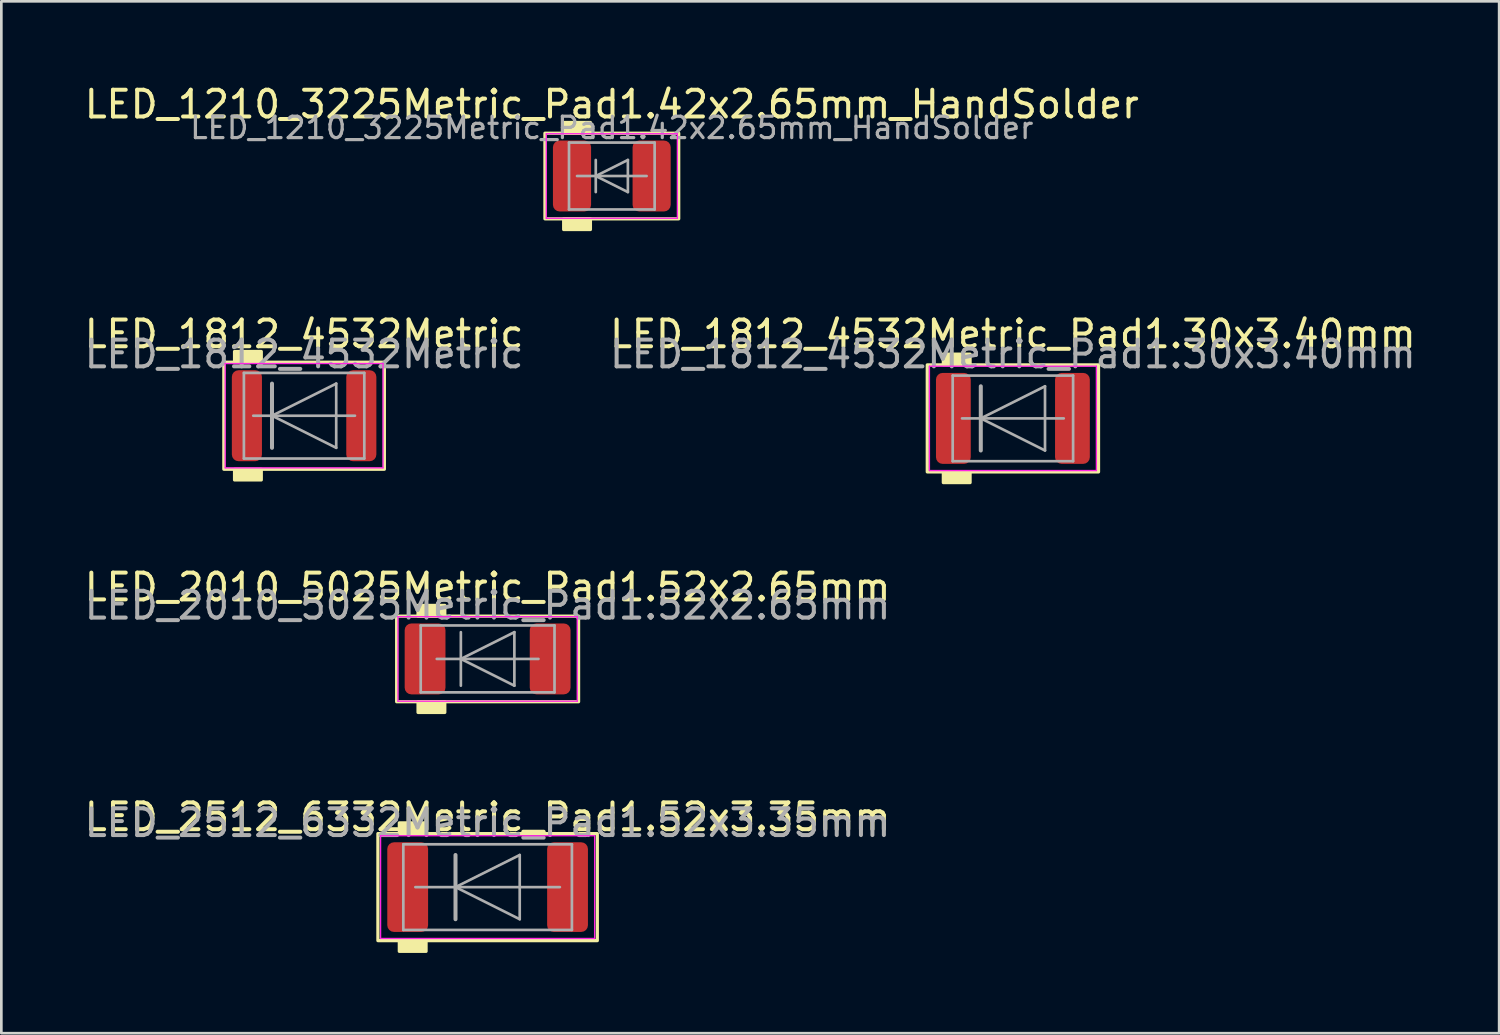
<source format=kicad_pcb>
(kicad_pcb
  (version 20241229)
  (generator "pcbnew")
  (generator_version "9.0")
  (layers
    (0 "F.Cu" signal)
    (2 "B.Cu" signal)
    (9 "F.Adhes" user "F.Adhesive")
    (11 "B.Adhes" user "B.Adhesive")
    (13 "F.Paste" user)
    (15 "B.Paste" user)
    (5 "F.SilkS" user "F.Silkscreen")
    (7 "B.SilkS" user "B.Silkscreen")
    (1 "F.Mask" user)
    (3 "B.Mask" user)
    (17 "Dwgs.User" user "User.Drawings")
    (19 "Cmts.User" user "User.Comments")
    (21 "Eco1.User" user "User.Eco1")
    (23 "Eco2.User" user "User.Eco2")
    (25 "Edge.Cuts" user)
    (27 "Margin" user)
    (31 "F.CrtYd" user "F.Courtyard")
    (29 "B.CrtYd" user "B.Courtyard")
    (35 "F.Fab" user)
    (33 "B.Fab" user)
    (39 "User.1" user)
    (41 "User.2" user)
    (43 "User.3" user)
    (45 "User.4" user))
  (footprint "LED_1812_4532Metric"
    (layer "F.Cu")
    (at 8.315 12.486)
    (property "Reference" "LED_1812_4532Metric" (at 0 -3.05 0) (layer "F.SilkS") (effects (font (size 1 1) (thickness 0.15))))
    (attr smd)
    (fp_rect (start -3 -2) (end 3 2) (stroke (width 0.12) (type solid)) (fill no) (layer "F.SilkS"))
    (fp_rect (start -2.6 -2.4) (end -1.6 -2) (stroke (width 0.12) (type solid)) (fill yes) (layer "F.SilkS"))
    (fp_rect (start -2.6 2) (end -1.6 2.4) (stroke (width 0.12) (type solid)) (fill yes) (layer "F.SilkS"))
    (fp_line (start -2.95 -1.95) (end 2.95 -1.95) (stroke (width 0.05) (type solid)) (layer "F.CrtYd"))
    (fp_line (start -2.95 1.95) (end -2.95 -1.95) (stroke (width 0.05) (type solid)) (layer "F.CrtYd"))
    (fp_line (start 2.95 -1.95) (end 2.95 1.95) (stroke (width 0.05) (type solid)) (layer "F.CrtYd"))
    (fp_line (start 2.95 1.95) (end -2.95 1.95) (stroke (width 0.05) (type solid)) (layer "F.CrtYd"))
    (fp_line (start -2.25 -1.6) (end -2.25 1.6) (stroke (width 0.1) (type solid)) (layer "F.Fab"))
    (fp_line (start -2.25 1.6) (end 2.25 1.6) (stroke (width 0.1) (type solid)) (layer "F.Fab"))
    (fp_line (start -1.9 0) (end 1.9 0) (stroke (width 0.1) (type default)) (layer "F.Fab"))
    (fp_line (start -1.2 -1.2) (end -1.2 1.2) (stroke (width 0.15) (type default)) (layer "F.Fab"))
    (fp_line (start -1.2 0) (end 1.2 -1.2) (stroke (width 0.1) (type default)) (layer "F.Fab"))
    (fp_line (start 1.2 -1.2) (end 1.2 1.2) (stroke (width 0.1) (type default)) (layer "F.Fab"))
    (fp_line (start 1.2 1.2) (end -1.2 0) (stroke (width 0.1) (type default)) (layer "F.Fab"))
    (fp_line (start 2.25 -1.6) (end -2.25 -1.6) (stroke (width 0.1) (type solid)) (layer "F.Fab"))
    (fp_line (start 2.25 1.6) (end 2.25 -1.6) (stroke (width 0.1) (type solid)) (layer "F.Fab"))
    (fp_text user "${REFERENCE}" (at 0 -2.3 0) (layer "F.Fab") (effects (font (size 1 1) (thickness 0.15))))
    (pad "1" smd roundrect (at -2.138 0) (size 1.125 3.4) (layers "F.Cu" "F.Mask" "F.Paste") (roundrect_rratio 0.222))
    (pad "2" smd roundrect (at 2.138 0) (size 1.125 3.4) (layers "F.Cu" "F.Mask" "F.Paste") (roundrect_rratio 0.222)))
  (footprint "LED_2010_5025Metric_Pad1.52x2.65mm"
    (layer "F.Cu")
    (at 15.173 21.575)
    (property "Reference" "LED_2010_5025Metric_Pad1.52x2.65mm" (at 0 -2.68 0) (layer "F.SilkS") (effects (font (size 1 1) (thickness 0.15))))
    (attr smd)
    (fp_rect (start -3.4 -1.6) (end 3.4 1.6) (stroke (width 0.12) (type solid)) (fill no) (layer "F.SilkS"))
    (fp_rect (start -2.6 -2) (end -1.6 -1.6) (stroke (width 0.12) (type solid)) (fill yes) (layer "F.SilkS"))
    (fp_rect (start -2.6 1.6) (end -1.6 2) (stroke (width 0.12) (type solid)) (fill yes) (layer "F.SilkS"))
    (fp_line (start -3.35 -1.58) (end 3.35 -1.58) (stroke (width 0.05) (type solid)) (layer "F.CrtYd"))
    (fp_line (start -3.35 1.58) (end -3.35 -1.58) (stroke (width 0.05) (type solid)) (layer "F.CrtYd"))
    (fp_line (start 3.35 -1.58) (end 3.35 1.58) (stroke (width 0.05) (type solid)) (layer "F.CrtYd"))
    (fp_line (start 3.35 1.58) (end -3.35 1.58) (stroke (width 0.05) (type solid)) (layer "F.CrtYd"))
    (fp_line (start -2.5 -1.25) (end -2.5 1.25) (stroke (width 0.1) (type solid)) (layer "F.Fab"))
    (fp_line (start -2.5 1.25) (end 2.5 1.25) (stroke (width 0.1) (type solid)) (layer "F.Fab"))
    (fp_line (start -1.9 0) (end 1.9 0) (stroke (width 0.1) (type default)) (layer "F.Fab"))
    (fp_line (start -1 -1) (end -1 1) (stroke (width 0.1) (type default)) (layer "F.Fab"))
    (fp_line (start -1 0) (end 1 -1) (stroke (width 0.1) (type default)) (layer "F.Fab"))
    (fp_line (start 1 -1) (end 1 1) (stroke (width 0.1) (type default)) (layer "F.Fab"))
    (fp_line (start 1 1) (end -1 0) (stroke (width 0.1) (type default)) (layer "F.Fab"))
    (fp_line (start 2.5 -1.25) (end -2.5 -1.25) (stroke (width 0.1) (type solid)) (layer "F.Fab"))
    (fp_line (start 2.5 1.25) (end 2.5 -1.25) (stroke (width 0.1) (type solid)) (layer "F.Fab"))
    (fp_text user "${REFERENCE}" (at 0 -2 0) (layer "F.Fab") (effects (font (size 1 1) (thickness 0.15))))
    (pad "1" smd roundrect (at -2.337 0) (size 1.525 2.65) (layers "F.Cu" "F.Mask" "F.Paste") (roundrect_rratio 0.164))
    (pad "2" smd roundrect (at 2.337 0) (size 1.525 2.65) (layers "F.Cu" "F.Mask" "F.Paste") (roundrect_rratio 0.164)))
  (footprint "LED_1210_3225Metric_Pad1.42x2.65mm_HandSolder"
    (layer "F.Cu")
    (at 19.815 3.528)
    (property "Reference" "LED_1210_3225Metric_Pad1.42x2.65mm_HandSolder" (at 0 -2.68 0) (layer "F.SilkS") (effects (font (size 1 1) (thickness 0.15))))
    (attr smd)
    (fp_rect (start -2.5 -1.6) (end 2.5 1.6) (stroke (width 0.12) (type solid)) (fill no) (layer "F.SilkS"))
    (fp_rect (start -1.8 -2) (end -0.8 -1.6) (stroke (width 0.12) (type solid)) (fill yes) (layer "F.SilkS"))
    (fp_rect (start -1.8 1.6) (end -0.8 2) (stroke (width 0.12) (type solid)) (fill yes) (layer "F.SilkS"))
    (fp_line (start -2.45 -1.58) (end 2.45 -1.58) (stroke (width 0.05) (type solid)) (layer "F.CrtYd"))
    (fp_line (start -2.45 1.58) (end -2.45 -1.58) (stroke (width 0.05) (type solid)) (layer "F.CrtYd"))
    (fp_line (start 2.45 -1.58) (end 2.45 1.58) (stroke (width 0.05) (type solid)) (layer "F.CrtYd"))
    (fp_line (start 2.45 1.58) (end -2.45 1.58) (stroke (width 0.05) (type solid)) (layer "F.CrtYd"))
    (fp_line (start -1.6 -1.25) (end -1.6 1.25) (stroke (width 0.1) (type solid)) (layer "F.Fab"))
    (fp_line (start -1.6 1.25) (end 1.6 1.25) (stroke (width 0.1) (type solid)) (layer "F.Fab"))
    (fp_line (start -1.3 0) (end 1.3 0) (stroke (width 0.1) (type default)) (layer "F.Fab"))
    (fp_line (start -0.6 -0.6) (end -0.6 0.6) (stroke (width 0.1) (type default)) (layer "F.Fab"))
    (fp_line (start -0.6 0) (end 0.6 -0.6) (stroke (width 0.1) (type default)) (layer "F.Fab"))
    (fp_line (start 0.6 -0.6) (end 0.6 0.6) (stroke (width 0.1) (type default)) (layer "F.Fab"))
    (fp_line (start 0.6 0.6) (end -0.6 0) (stroke (width 0.1) (type default)) (layer "F.Fab"))
    (fp_line (start 1.6 -1.25) (end -1.6 -1.25) (stroke (width 0.1) (type solid)) (layer "F.Fab"))
    (fp_line (start 1.6 1.25) (end 1.6 -1.25) (stroke (width 0.1) (type solid)) (layer "F.Fab"))
    (fp_text user "${REFERENCE}" (at 0 -1.8 0) (layer "F.Fab") (effects (font (size 0.8 0.8) (thickness 0.12))))
    (pad "1" smd roundrect (at -1.488 0) (size 1.425 2.65) (layers "F.Cu" "F.Mask" "F.Paste") (roundrect_rratio 0.175))
    (pad "2" smd roundrect (at 1.488 0) (size 1.425 2.65) (layers "F.Cu" "F.Mask" "F.Paste") (roundrect_rratio 0.175)))
  (footprint "LED_1812_4532Metric_Pad1.30x3.40mm"
    (layer "F.Cu")
    (at 34.804 12.586)
    (property "Reference" "LED_1812_4532Metric_Pad1.30x3.40mm" (at 0 -3.15 0) (layer "F.SilkS") (effects (font (size 1 1) (thickness 0.15))))
    (attr smd)
    (fp_rect (start -3.2 -2) (end 3.2 2) (stroke (width 0.12) (type solid)) (fill no) (layer "F.SilkS"))
    (fp_rect (start -2.6 -2.4) (end -1.6 -2) (stroke (width 0.12) (type solid)) (fill yes) (layer "F.SilkS"))
    (fp_rect (start -2.6 2) (end -1.6 2.4) (stroke (width 0.12) (type solid)) (fill yes) (layer "F.SilkS"))
    (fp_line (start -3.12 -1.95) (end 3.12 -1.95) (stroke (width 0.05) (type solid)) (layer "F.CrtYd"))
    (fp_line (start -3.12 1.95) (end -3.12 -1.95) (stroke (width 0.05) (type solid)) (layer "F.CrtYd"))
    (fp_line (start 3.12 -1.95) (end 3.12 1.95) (stroke (width 0.05) (type solid)) (layer "F.CrtYd"))
    (fp_line (start 3.12 1.95) (end -3.12 1.95) (stroke (width 0.05) (type solid)) (layer "F.CrtYd"))
    (fp_line (start -2.25 -1.6) (end -2.25 1.6) (stroke (width 0.1) (type solid)) (layer "F.Fab"))
    (fp_line (start -2.25 1.6) (end 2.25 1.6) (stroke (width 0.1) (type solid)) (layer "F.Fab"))
    (fp_line (start -1.9 0) (end 1.9 0) (stroke (width 0.1) (type default)) (layer "F.Fab"))
    (fp_line (start -1.2 -1.2) (end -1.2 1.2) (stroke (width 0.15) (type default)) (layer "F.Fab"))
    (fp_line (start -1.2 0) (end 1.2 -1.2) (stroke (width 0.1) (type default)) (layer "F.Fab"))
    (fp_line (start 1.2 -1.2) (end 1.2 1.2) (stroke (width 0.1) (type default)) (layer "F.Fab"))
    (fp_line (start 1.2 1.2) (end -1.2 0) (stroke (width 0.1) (type default)) (layer "F.Fab"))
    (fp_line (start 2.25 -1.6) (end -2.25 -1.6) (stroke (width 0.1) (type solid)) (layer "F.Fab"))
    (fp_line (start 2.25 1.6) (end 2.25 -1.6) (stroke (width 0.1) (type solid)) (layer "F.Fab"))
    (fp_text user "${REFERENCE}" (at 0 -2.4 0) (layer "F.Fab") (effects (font (size 1 1) (thickness 0.15))))
    (pad "1" smd roundrect (at -2.225 0) (size 1.3 3.4) (layers "F.Cu" "F.Mask" "F.Paste") (roundrect_rratio 0.192))
    (pad "2" smd roundrect (at 2.225 0) (size 1.3 3.4) (layers "F.Cu" "F.Mask" "F.Paste") (roundrect_rratio 0.192)))
  (footprint "LED_2512_6332Metric_Pad1.52x3.35mm"
    (layer "F.Cu")
    (at 15.173 30.103)
    (property "Reference" "LED_2512_6332Metric_Pad1.52x3.35mm" (at 0 -2.62 0) (layer "F.SilkS") (effects (font (size 1 1) (thickness 0.15))))
    (attr smd)
    (fp_rect (start -4.1 -2) (end 4.1 2) (stroke (width 0.12) (type solid)) (fill no) (layer "F.SilkS"))
    (fp_rect (start -3.3 -2.4) (end -2.3 -2) (stroke (width 0.12) (type solid)) (fill yes) (layer "F.SilkS"))
    (fp_rect (start -3.3 2) (end -2.3 2.4) (stroke (width 0.12) (type solid)) (fill yes) (layer "F.SilkS"))
    (fp_line (start -4 -1.92) (end 4 -1.92) (stroke (width 0.05) (type solid)) (layer "F.CrtYd"))
    (fp_line (start -4 1.92) (end -4 -1.92) (stroke (width 0.05) (type solid)) (layer "F.CrtYd"))
    (fp_line (start 4 -1.92) (end 4 1.92) (stroke (width 0.05) (type solid)) (layer "F.CrtYd"))
    (fp_line (start 4 1.92) (end -4 1.92) (stroke (width 0.05) (type solid)) (layer "F.CrtYd"))
    (fp_line (start -3.15 -1.6) (end -3.15 1.6) (stroke (width 0.1) (type solid)) (layer "F.Fab"))
    (fp_line (start -3.15 1.6) (end 3.15 1.6) (stroke (width 0.1) (type solid)) (layer "F.Fab"))
    (fp_line (start -2.7 0) (end 2.7 0) (stroke (width 0.1) (type default)) (layer "F.Fab"))
    (fp_line (start -1.2 -1.2) (end -1.2 1.2) (stroke (width 0.15) (type default)) (layer "F.Fab"))
    (fp_line (start -1.2 0) (end 1.2 -1.2) (stroke (width 0.1) (type default)) (layer "F.Fab"))
    (fp_line (start 1.2 -1.2) (end 1.2 1.2) (stroke (width 0.1) (type default)) (layer "F.Fab"))
    (fp_line (start 1.2 1.2) (end -1.2 0) (stroke (width 0.1) (type default)) (layer "F.Fab"))
    (fp_line (start 3.15 -1.6) (end -3.15 -1.6) (stroke (width 0.1) (type solid)) (layer "F.Fab"))
    (fp_line (start 3.15 1.6) (end 3.15 -1.6) (stroke (width 0.1) (type solid)) (layer "F.Fab"))
    (fp_text user "${REFERENCE}" (at 0 -2.4 0) (layer "F.Fab") (effects (font (size 1 1) (thickness 0.15))))
    (pad "1" smd roundrect (at -2.987 0) (size 1.525 3.35) (layers "F.Cu" "F.Mask" "F.Paste") (roundrect_rratio 0.164))
    (pad "2" smd roundrect (at 2.987 0) (size 1.525 3.35) (layers "F.Cu" "F.Mask" "F.Paste") (roundrect_rratio 0.164)))
  (gr_rect
    (start -3 -3)
    (end 52.976 35.563)
    (stroke (width 0.1) (type default))
    (fill no)
    (layer "Edge.Cuts")))
</source>
